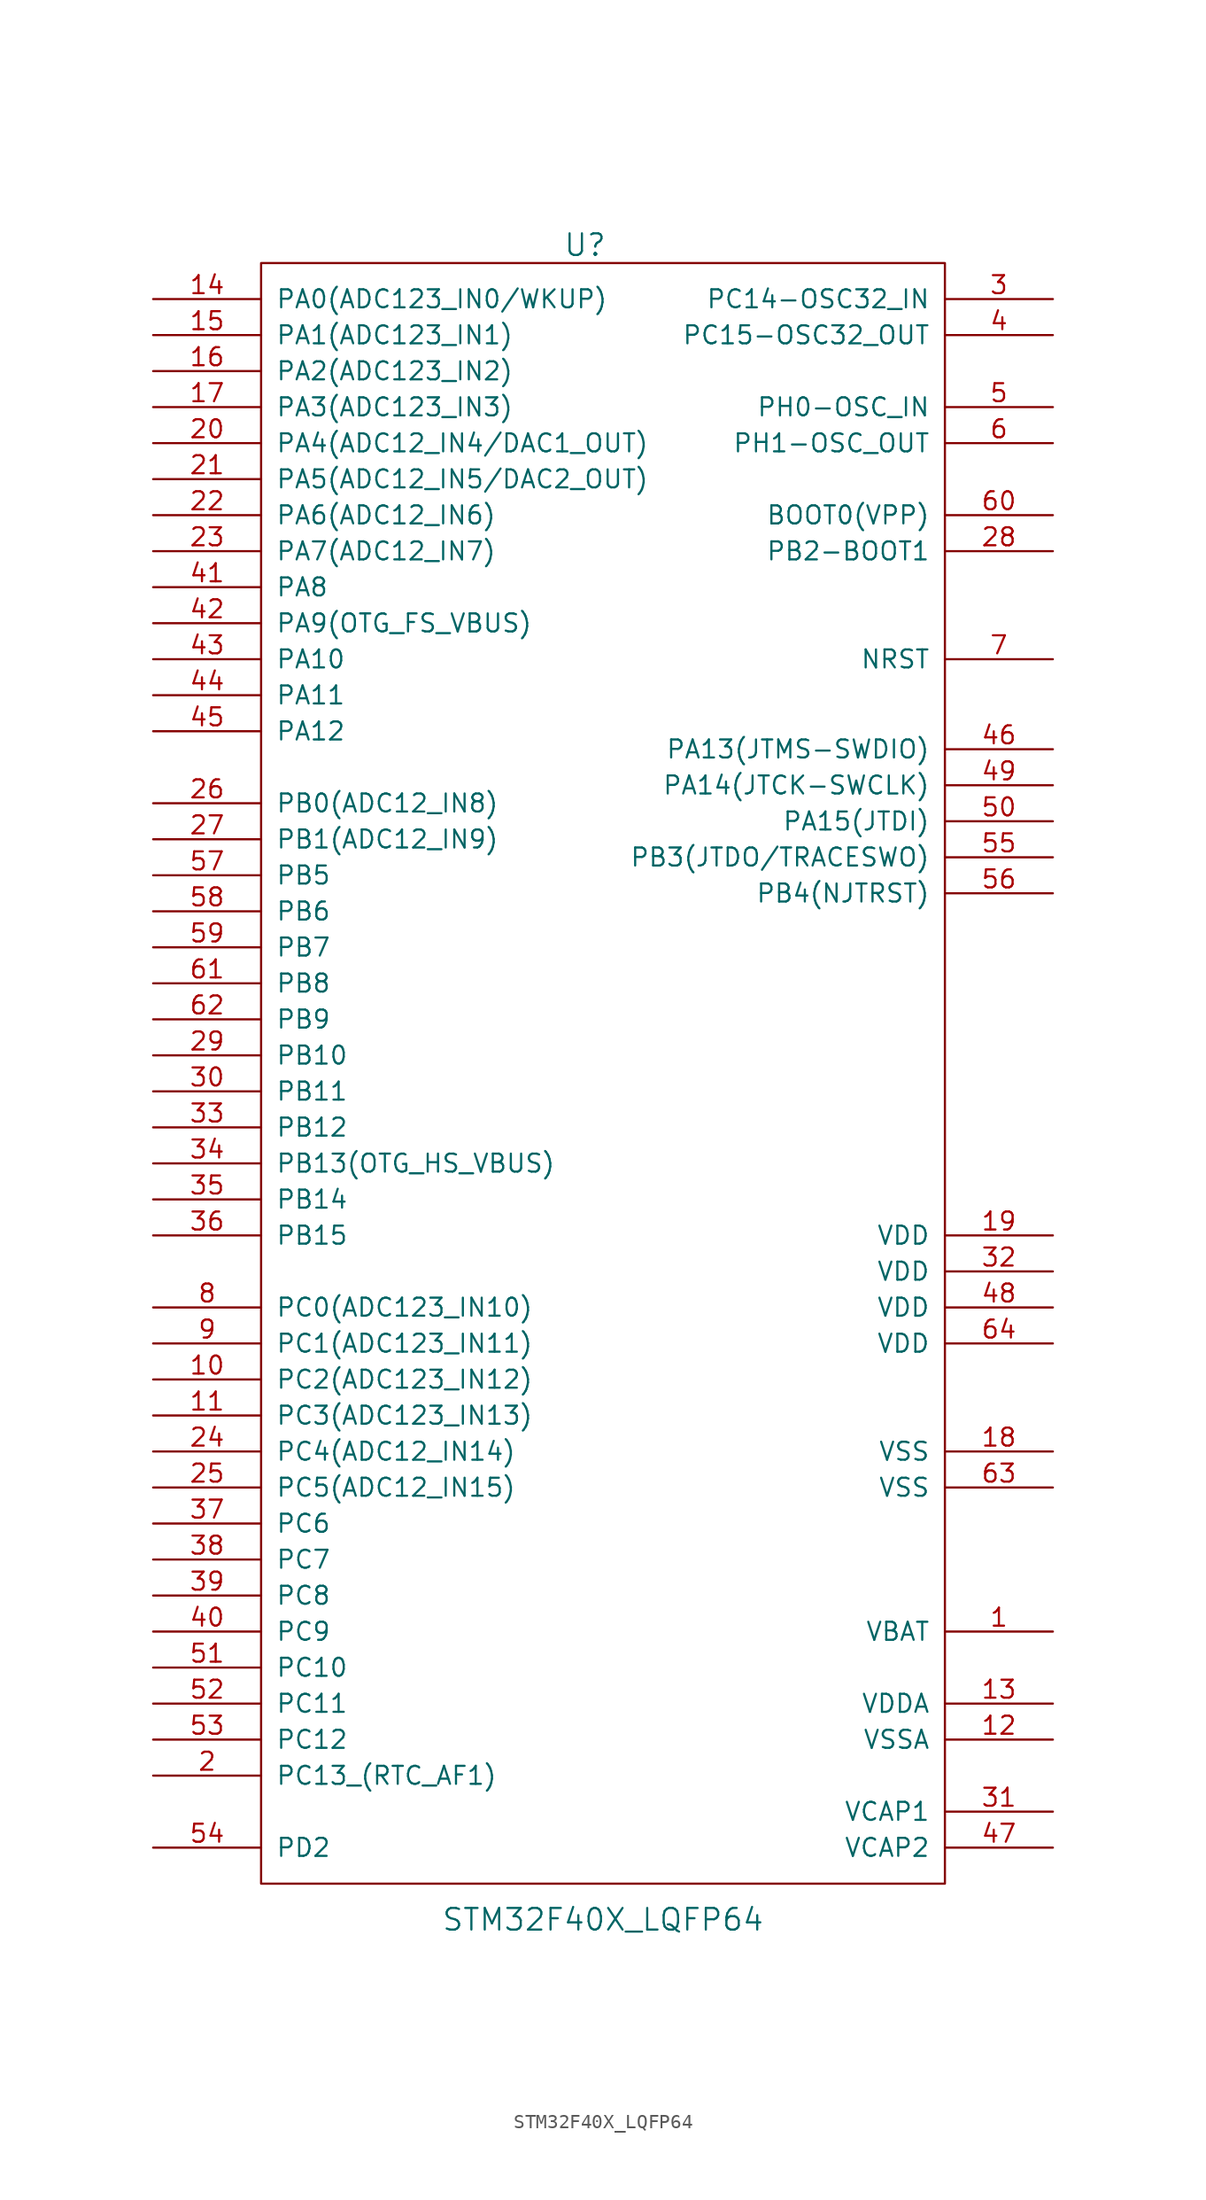
<source format=kicad_sym>
(kicad_symbol_lib
  (version 20211014)
  (generator kicad_symbol_editor)
  (symbol "STM32F40X_LQFP64"
    (pin_names
      (offset 1.016))
    (property "Reference" "U"
      (at -1.27 58.42 0)
      (effects (font (size 1.524 1.524))))
    (property "Value" "STM32F40X_LQFP64"
      (at 0 -59.69 0)
      (effects (font (size 1.524 1.524))))
    (property "Footprint" ""
      (at 0 0 0)
      (effects (font (size 1.524 1.524))))
    (property "Datasheet" ""
      (at 0 0 0)
      (effects (font (size 1.524 1.524))))
    (symbol "STM32F40X_LQFP64_0_1"
      (rectangle (start -24.13 57.15) (end 24.13 -57.15) (stroke (width 0) (type default) (color 0 0 0 0)) (fill (type none))))
    (symbol "STM32F40X_LQFP64_1_1"
      (pin power_in line (at 31.75 -39.37 180) (length 7.62) (name "VBAT" (effects (font (size 1.27 1.27)))) (number "1" (effects (font (size 1.27 1.27)))))
      (pin bidirectional line (at -31.75 -21.59 0) (length 7.62) (name "PC2(ADC123_IN12)" (effects (font (size 1.27 1.27)))) (number "10" (effects (font (size 1.27 1.27)))))
      (pin bidirectional line (at -31.75 -24.13 0) (length 7.62) (name "PC3(ADC123_IN13)" (effects (font (size 1.27 1.27)))) (number "11" (effects (font (size 1.27 1.27)))))
      (pin power_in line (at 31.75 -46.99 180) (length 7.62) (name "VSSA" (effects (font (size 1.27 1.27)))) (number "12" (effects (font (size 1.27 1.27)))))
      (pin power_in line (at 31.75 -44.45 180) (length 7.62) (name "VDDA" (effects (font (size 1.27 1.27)))) (number "13" (effects (font (size 1.27 1.27)))))
      (pin bidirectional line (at -31.75 54.61 0) (length 7.62) (name "PA0(ADC123_IN0/WKUP)" (effects (font (size 1.27 1.27)))) (number "14" (effects (font (size 1.27 1.27)))))
      (pin bidirectional line (at -31.75 52.07 0) (length 7.62) (name "PA1(ADC123_IN1)" (effects (font (size 1.27 1.27)))) (number "15" (effects (font (size 1.27 1.27)))))
      (pin bidirectional line (at -31.75 49.53 0) (length 7.62) (name "PA2(ADC123_IN2)" (effects (font (size 1.27 1.27)))) (number "16" (effects (font (size 1.27 1.27)))))
      (pin bidirectional line (at -31.75 46.99 0) (length 7.62) (name "PA3(ADC123_IN3)" (effects (font (size 1.27 1.27)))) (number "17" (effects (font (size 1.27 1.27)))))
      (pin power_in line (at 31.75 -26.67 180) (length 7.62) (name "VSS" (effects (font (size 1.27 1.27)))) (number "18" (effects (font (size 1.27 1.27)))))
      (pin power_in line (at 31.75 -11.43 180) (length 7.62) (name "VDD" (effects (font (size 1.27 1.27)))) (number "19" (effects (font (size 1.27 1.27)))))
      (pin bidirectional line (at -31.75 -49.53 0) (length 7.62) (name "PC13_(RTC_AF1)" (effects (font (size 1.27 1.27)))) (number "2" (effects (font (size 1.27 1.27)))))
      (pin bidirectional line (at -31.75 44.45 0) (length 7.62) (name "PA4(ADC12_IN4/DAC1_OUT)" (effects (font (size 1.27 1.27)))) (number "20" (effects (font (size 1.27 1.27)))))
      (pin bidirectional line (at -31.75 41.91 0) (length 7.62) (name "PA5(ADC12_IN5/DAC2_OUT)" (effects (font (size 1.27 1.27)))) (number "21" (effects (font (size 1.27 1.27)))))
      (pin bidirectional line (at -31.75 39.37 0) (length 7.62) (name "PA6(ADC12_IN6)" (effects (font (size 1.27 1.27)))) (number "22" (effects (font (size 1.27 1.27)))))
      (pin bidirectional line (at -31.75 36.83 0) (length 7.62) (name "PA7(ADC12_IN7)" (effects (font (size 1.27 1.27)))) (number "23" (effects (font (size 1.27 1.27)))))
      (pin bidirectional line (at -31.75 -26.67 0) (length 7.62) (name "PC4(ADC12_IN14)" (effects (font (size 1.27 1.27)))) (number "24" (effects (font (size 1.27 1.27)))))
      (pin bidirectional line (at -31.75 -29.21 0) (length 7.62) (name "PC5(ADC12_IN15)" (effects (font (size 1.27 1.27)))) (number "25" (effects (font (size 1.27 1.27)))))
      (pin bidirectional line (at -31.75 19.05 0) (length 7.62) (name "PB0(ADC12_IN8)" (effects (font (size 1.27 1.27)))) (number "26" (effects (font (size 1.27 1.27)))))
      (pin bidirectional line (at -31.75 16.51 0) (length 7.62) (name "PB1(ADC12_IN9)" (effects (font (size 1.27 1.27)))) (number "27" (effects (font (size 1.27 1.27)))))
      (pin bidirectional line (at 31.75 36.83 180) (length 7.62) (name "PB2-BOOT1" (effects (font (size 1.27 1.27)))) (number "28" (effects (font (size 1.27 1.27)))))
      (pin bidirectional line (at -31.75 1.27 0) (length 7.62) (name "PB10" (effects (font (size 1.27 1.27)))) (number "29" (effects (font (size 1.27 1.27)))))
      (pin bidirectional line (at 31.75 54.61 180) (length 7.62) (name "PC14-OSC32_IN" (effects (font (size 1.27 1.27)))) (number "3" (effects (font (size 1.27 1.27)))))
      (pin bidirectional line (at -31.75 -1.27 0) (length 7.62) (name "PB11" (effects (font (size 1.27 1.27)))) (number "30" (effects (font (size 1.27 1.27)))))
      (pin power_out line (at 31.75 -52.07 180) (length 7.62) (name "VCAP1" (effects (font (size 1.27 1.27)))) (number "31" (effects (font (size 1.27 1.27)))))
      (pin power_in line (at 31.75 -13.97 180) (length 7.62) (name "VDD" (effects (font (size 1.27 1.27)))) (number "32" (effects (font (size 1.27 1.27)))))
      (pin bidirectional line (at -31.75 -3.81 0) (length 7.62) (name "PB12" (effects (font (size 1.27 1.27)))) (number "33" (effects (font (size 1.27 1.27)))))
      (pin bidirectional line (at -31.75 -6.35 0) (length 7.62) (name "PB13(OTG_HS_VBUS)" (effects (font (size 1.27 1.27)))) (number "34" (effects (font (size 1.27 1.27)))))
      (pin bidirectional line (at -31.75 -8.89 0) (length 7.62) (name "PB14" (effects (font (size 1.27 1.27)))) (number "35" (effects (font (size 1.27 1.27)))))
      (pin bidirectional line (at -31.75 -11.43 0) (length 7.62) (name "PB15" (effects (font (size 1.27 1.27)))) (number "36" (effects (font (size 1.27 1.27)))))
      (pin bidirectional line (at -31.75 -31.75 0) (length 7.62) (name "PC6" (effects (font (size 1.27 1.27)))) (number "37" (effects (font (size 1.27 1.27)))))
      (pin bidirectional line (at -31.75 -34.29 0) (length 7.62) (name "PC7" (effects (font (size 1.27 1.27)))) (number "38" (effects (font (size 1.27 1.27)))))
      (pin bidirectional line (at -31.75 -36.83 0) (length 7.62) (name "PC8" (effects (font (size 1.27 1.27)))) (number "39" (effects (font (size 1.27 1.27)))))
      (pin power_in line (at 31.75 52.07 180) (length 7.62) (name "PC15-OSC32_OUT" (effects (font (size 1.27 1.27)))) (number "4" (effects (font (size 1.27 1.27)))))
      (pin bidirectional line (at -31.75 -39.37 0) (length 7.62) (name "PC9" (effects (font (size 1.27 1.27)))) (number "40" (effects (font (size 1.27 1.27)))))
      (pin bidirectional line (at -31.75 34.29 0) (length 7.62) (name "PA8" (effects (font (size 1.27 1.27)))) (number "41" (effects (font (size 1.27 1.27)))))
      (pin bidirectional line (at -31.75 31.75 0) (length 7.62) (name "PA9(OTG_FS_VBUS)" (effects (font (size 1.27 1.27)))) (number "42" (effects (font (size 1.27 1.27)))))
      (pin bidirectional line (at -31.75 29.21 0) (length 7.62) (name "PA10" (effects (font (size 1.27 1.27)))) (number "43" (effects (font (size 1.27 1.27)))))
      (pin bidirectional line (at -31.75 26.67 0) (length 7.62) (name "PA11" (effects (font (size 1.27 1.27)))) (number "44" (effects (font (size 1.27 1.27)))))
      (pin bidirectional line (at -31.75 24.13 0) (length 7.62) (name "PA12" (effects (font (size 1.27 1.27)))) (number "45" (effects (font (size 1.27 1.27)))))
      (pin bidirectional line (at 31.75 22.86 180) (length 7.62) (name "PA13(JTMS-SWDIO)" (effects (font (size 1.27 1.27)))) (number "46" (effects (font (size 1.27 1.27)))))
      (pin power_out line (at 31.75 -54.61 180) (length 7.62) (name "VCAP2" (effects (font (size 1.27 1.27)))) (number "47" (effects (font (size 1.27 1.27)))))
      (pin power_in line (at 31.75 -16.51 180) (length 7.62) (name "VDD" (effects (font (size 1.27 1.27)))) (number "48" (effects (font (size 1.27 1.27)))))
      (pin bidirectional line (at 31.75 20.32 180) (length 7.62) (name "PA14(JTCK-SWCLK)" (effects (font (size 1.27 1.27)))) (number "49" (effects (font (size 1.27 1.27)))))
      (pin bidirectional line (at 31.75 46.99 180) (length 7.62) (name "PH0-OSC_IN" (effects (font (size 1.27 1.27)))) (number "5" (effects (font (size 1.27 1.27)))))
      (pin bidirectional line (at 31.75 17.78 180) (length 7.62) (name "PA15(JTDI)" (effects (font (size 1.27 1.27)))) (number "50" (effects (font (size 1.27 1.27)))))
      (pin bidirectional line (at -31.75 -41.91 0) (length 7.62) (name "PC10" (effects (font (size 1.27 1.27)))) (number "51" (effects (font (size 1.27 1.27)))))
      (pin bidirectional line (at -31.75 -44.45 0) (length 7.62) (name "PC11" (effects (font (size 1.27 1.27)))) (number "52" (effects (font (size 1.27 1.27)))))
      (pin bidirectional line (at -31.75 -46.99 0) (length 7.62) (name "PC12" (effects (font (size 1.27 1.27)))) (number "53" (effects (font (size 1.27 1.27)))))
      (pin bidirectional line (at -31.75 -54.61 0) (length 7.62) (name "PD2" (effects (font (size 1.27 1.27)))) (number "54" (effects (font (size 1.27 1.27)))))
      (pin bidirectional line (at 31.75 15.24 180) (length 7.62) (name "PB3(JTDO/TRACESWO)" (effects (font (size 1.27 1.27)))) (number "55" (effects (font (size 1.27 1.27)))))
      (pin bidirectional line (at 31.75 12.7 180) (length 7.62) (name "PB4(NJTRST)" (effects (font (size 1.27 1.27)))) (number "56" (effects (font (size 1.27 1.27)))))
      (pin bidirectional line (at -31.75 13.97 0) (length 7.62) (name "PB5" (effects (font (size 1.27 1.27)))) (number "57" (effects (font (size 1.27 1.27)))))
      (pin bidirectional line (at -31.75 11.43 0) (length 7.62) (name "PB6" (effects (font (size 1.27 1.27)))) (number "58" (effects (font (size 1.27 1.27)))))
      (pin bidirectional line (at -31.75 8.89 0) (length 7.62) (name "PB7" (effects (font (size 1.27 1.27)))) (number "59" (effects (font (size 1.27 1.27)))))
      (pin bidirectional line (at 31.75 44.45 180) (length 7.62) (name "PH1-OSC_OUT" (effects (font (size 1.27 1.27)))) (number "6" (effects (font (size 1.27 1.27)))))
      (pin input line (at 31.75 39.37 180) (length 7.62) (name "BOOT0(VPP)" (effects (font (size 1.27 1.27)))) (number "60" (effects (font (size 1.27 1.27)))))
      (pin bidirectional line (at -31.75 6.35 0) (length 7.62) (name "PB8" (effects (font (size 1.27 1.27)))) (number "61" (effects (font (size 1.27 1.27)))))
      (pin bidirectional line (at -31.75 3.81 0) (length 7.62) (name "PB9" (effects (font (size 1.27 1.27)))) (number "62" (effects (font (size 1.27 1.27)))))
      (pin power_in line (at 31.75 -29.21 180) (length 7.62) (name "VSS" (effects (font (size 1.27 1.27)))) (number "63" (effects (font (size 1.27 1.27)))))
      (pin power_in line (at 31.75 -19.05 180) (length 7.62) (name "VDD" (effects (font (size 1.27 1.27)))) (number "64" (effects (font (size 1.27 1.27)))))
      (pin bidirectional line (at 31.75 29.21 180) (length 7.62) (name "NRST" (effects (font (size 1.27 1.27)))) (number "7" (effects (font (size 1.27 1.27)))))
      (pin bidirectional line (at -31.75 -16.51 0) (length 7.62) (name "PC0(ADC123_IN10)" (effects (font (size 1.27 1.27)))) (number "8" (effects (font (size 1.27 1.27)))))
      (pin bidirectional line (at -31.75 -19.05 0) (length 7.62) (name "PC1(ADC123_IN11)" (effects (font (size 1.27 1.27)))) (number "9" (effects (font (size 1.27 1.27))))))))
</source>
